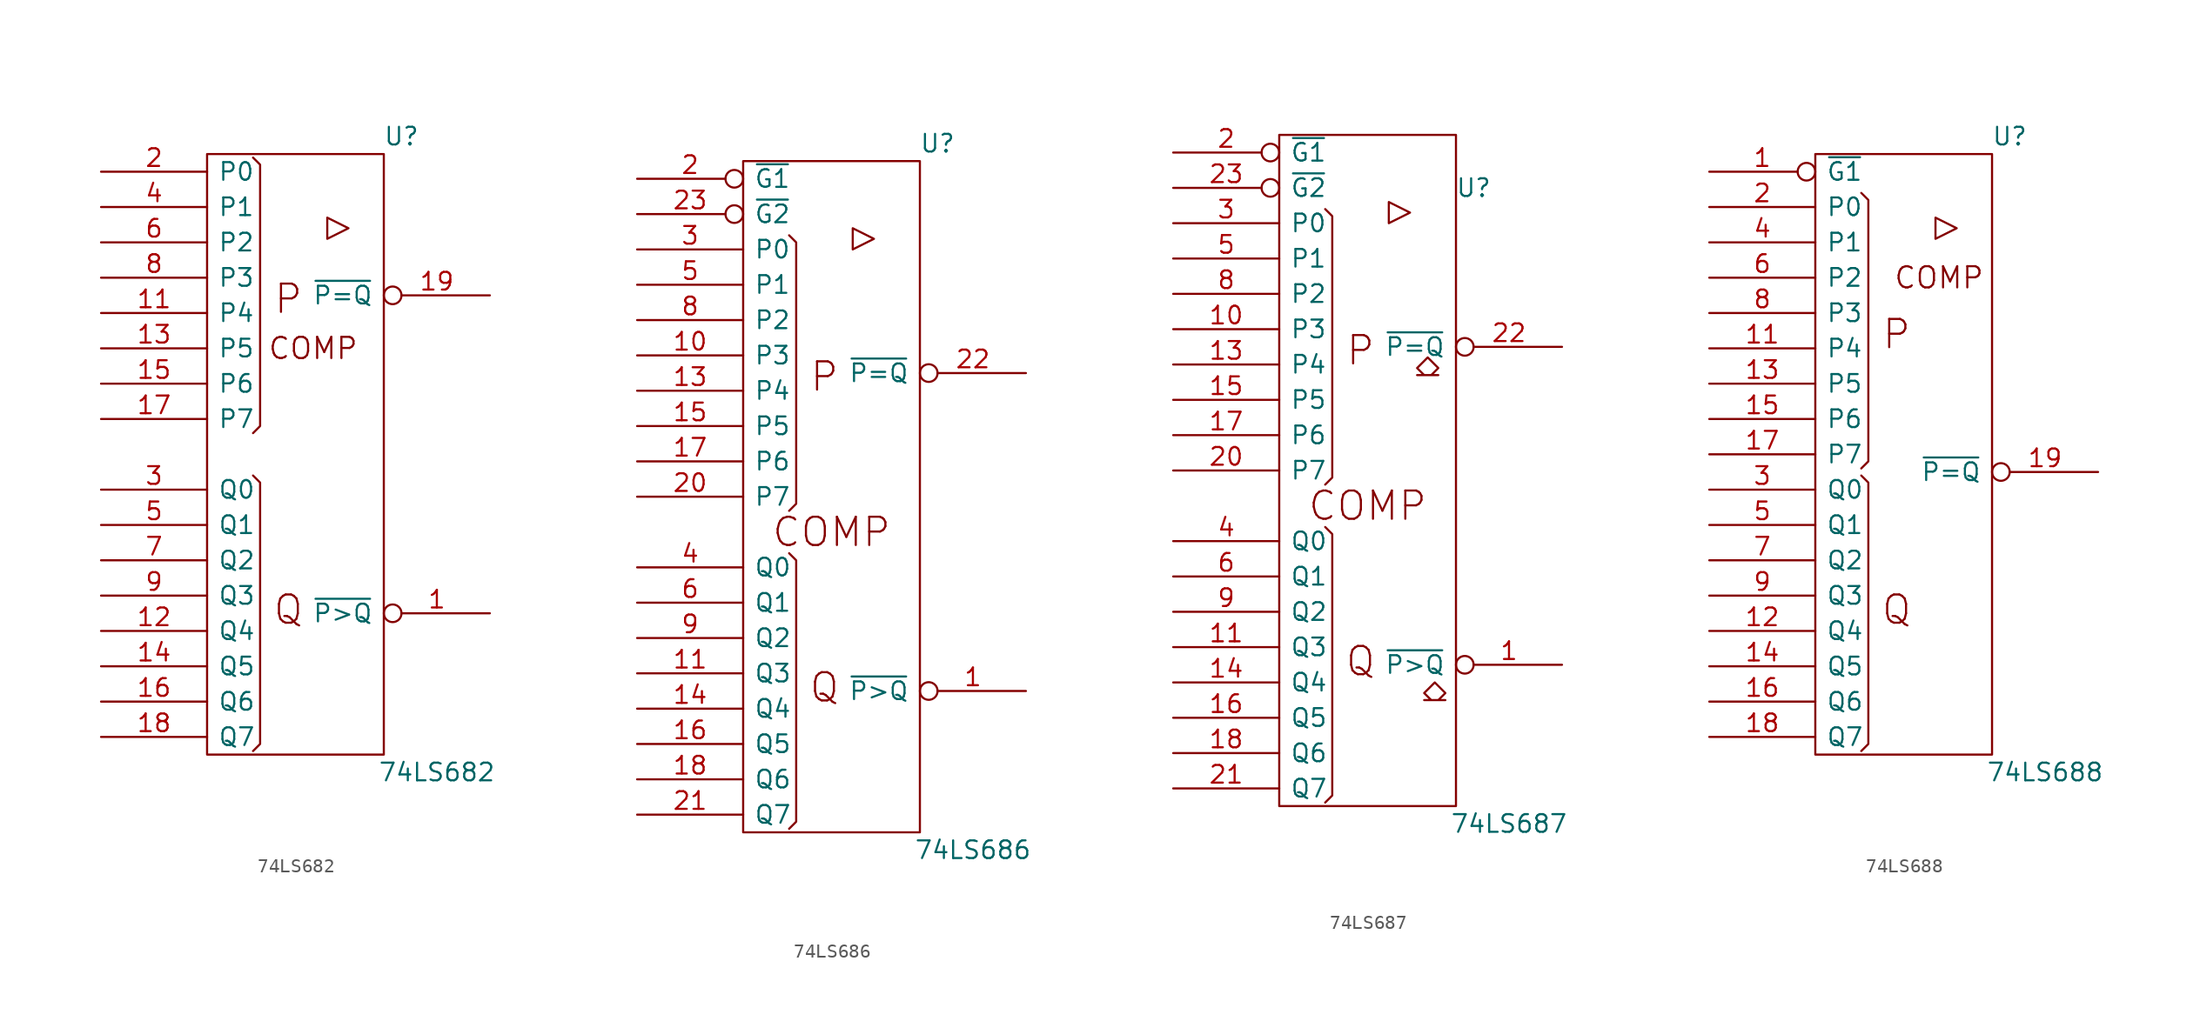
<source format=kicad_sym>
(kicad_symbol_lib
  (version 20231120)
  (generator "kicad_symbol_editor")
  (generator_version "8.0")
  (symbol "74LS682"
    (pin_names
      (offset 0.762))
    (property "Reference" "U"
      (at 7.62 22.86 0)
      (effects (font (size 1.27 1.27))))
    (property "Value" "74LS682"
      (at 10.16 -22.86 0)
      (effects (font (size 1.27 1.27))))
    (symbol "74LS682_0_0"
      (polyline (pts (xy 2.286 17.018) (xy 2.286 15.494) (xy 3.81 16.256) (xy 2.286 17.018) (xy 2.286 17.018)) (stroke (width 0) (type default)) (fill (type none)))
      (text "COMP" (at 1.27 7.62 0) (effects (font (size 1.524 1.524))))
      (text "P" (at -0.508 11.176 0) (effects (font (size 2.032 2.032))))
      (text "Q" (at -0.508 -11.176 0) (effects (font (size 2.032 2.032)))))
    (symbol "74LS682_0_1"
      (rectangle (start -6.35 21.59) (end 6.35 -21.59) (stroke (width 0) (type default)) (fill (type none)))
      (polyline (pts (xy -3.048 -1.524) (xy -2.54 -2.032) (xy -2.54 -20.828) (xy -3.048 -21.336) (xy -3.048 -21.336)) (stroke (width 0) (type default)) (fill (type none)))
      (polyline (pts (xy -3.048 21.336) (xy -2.54 20.828) (xy -2.54 2.032) (xy -3.048 1.524) (xy -3.048 1.524)) (stroke (width 0) (type default)) (fill (type none)))
      (pin power_in line (at 0 -21.59 90) (length 0) hide (name "Gnd" (effects (font (size 1.27 1.27)))) (number "10" (effects (font (size 1.27 1.27))))))
    (symbol "74LS682_1_1"
      (pin output inverted (at 13.97 -11.43 180) (length 7.62) (name "~{P>Q}" (effects (font (size 1.27 1.27)))) (number "1" (effects (font (size 1.27 1.27)))))
      (pin input line (at -13.97 10.16 0) (length 7.62) (name "P4" (effects (font (size 1.27 1.27)))) (number "11" (effects (font (size 1.27 1.27)))))
      (pin input line (at -13.97 -12.7 0) (length 7.62) (name "Q4" (effects (font (size 1.27 1.27)))) (number "12" (effects (font (size 1.27 1.27)))))
      (pin input line (at -13.97 7.62 0) (length 7.62) (name "P5" (effects (font (size 1.27 1.27)))) (number "13" (effects (font (size 1.27 1.27)))))
      (pin input line (at -13.97 -15.24 0) (length 7.62) (name "Q5" (effects (font (size 1.27 1.27)))) (number "14" (effects (font (size 1.27 1.27)))))
      (pin input line (at -13.97 5.08 0) (length 7.62) (name "P6" (effects (font (size 1.27 1.27)))) (number "15" (effects (font (size 1.27 1.27)))))
      (pin input line (at -13.97 -17.78 0) (length 7.62) (name "Q6" (effects (font (size 1.27 1.27)))) (number "16" (effects (font (size 1.27 1.27)))))
      (pin input line (at -13.97 2.54 0) (length 7.62) (name "P7" (effects (font (size 1.27 1.27)))) (number "17" (effects (font (size 1.27 1.27)))))
      (pin input line (at -13.97 -20.32 0) (length 7.62) (name "Q7" (effects (font (size 1.27 1.27)))) (number "18" (effects (font (size 1.27 1.27)))))
      (pin output inverted (at 13.97 11.43 180) (length 7.62) (name "~{P=Q}" (effects (font (size 1.27 1.27)))) (number "19" (effects (font (size 1.27 1.27)))))
      (pin input line (at -13.97 20.32 0) (length 7.62) (name "P0" (effects (font (size 1.27 1.27)))) (number "2" (effects (font (size 1.27 1.27)))))
      (pin power_in line (at 0 21.59 270) (length 0) hide (name "Vcc" (effects (font (size 1.27 1.27)))) (number "20" (effects (font (size 1.27 1.27)))))
      (pin input line (at -13.97 -2.54 0) (length 7.62) (name "Q0" (effects (font (size 1.27 1.27)))) (number "3" (effects (font (size 1.27 1.27)))))
      (pin input line (at -13.97 17.78 0) (length 7.62) (name "P1" (effects (font (size 1.27 1.27)))) (number "4" (effects (font (size 1.27 1.27)))))
      (pin input line (at -13.97 -5.08 0) (length 7.62) (name "Q1" (effects (font (size 1.27 1.27)))) (number "5" (effects (font (size 1.27 1.27)))))
      (pin input line (at -13.97 15.24 0) (length 7.62) (name "P2" (effects (font (size 1.27 1.27)))) (number "6" (effects (font (size 1.27 1.27)))))
      (pin input line (at -13.97 -7.62 0) (length 7.62) (name "Q2" (effects (font (size 1.27 1.27)))) (number "7" (effects (font (size 1.27 1.27)))))
      (pin input line (at -13.97 12.7 0) (length 7.62) (name "P3" (effects (font (size 1.27 1.27)))) (number "8" (effects (font (size 1.27 1.27)))))
      (pin input line (at -13.97 -10.16 0) (length 7.62) (name "Q3" (effects (font (size 1.27 1.27)))) (number "9" (effects (font (size 1.27 1.27)))))))
  (symbol "74LS686"
    (pin_names
      (offset 0.762))
    (property "Reference" "U"
      (at 7.62 27.94 0)
      (effects (font (size 1.27 1.27))))
    (property "Value" "74LS686"
      (at 10.16 -22.86 0)
      (effects (font (size 1.27 1.27))))
    (symbol "74LS686_0_0"
      (rectangle (start -6.35 26.67) (end 6.35 -21.59) (stroke (width 0) (type default)) (fill (type none)))
      (polyline (pts (xy 1.524 21.844) (xy 1.524 20.32) (xy 3.048 21.082) (xy 1.524 21.844) (xy 1.524 21.844)) (stroke (width 0) (type default)) (fill (type none)))
      (text "COMP" (at 0 0 0) (effects (font (size 2.032 2.032))))
      (text "P" (at -0.508 11.176 0) (effects (font (size 2.032 2.032))))
      (text "Q" (at -0.508 -11.176 0) (effects (font (size 2.032 2.032)))))
    (symbol "74LS686_0_1"
      (polyline (pts (xy -3.048 -1.524) (xy -2.54 -2.032) (xy -2.54 -20.828) (xy -3.048 -21.336) (xy -3.048 -21.336)) (stroke (width 0) (type default)) (fill (type none)))
      (polyline (pts (xy -3.048 21.336) (xy -2.54 20.828) (xy -2.54 2.032) (xy -3.048 1.524) (xy -3.048 1.524)) (stroke (width 0) (type default)) (fill (type none))))
    (symbol "74LS686_1_1"
      (pin output inverted (at 13.97 -11.43 180) (length 7.62) (name "~{P>Q}" (effects (font (size 1.27 1.27)))) (number "1" (effects (font (size 1.27 1.27)))))
      (pin input line (at -13.97 12.7 0) (length 7.62) (name "P3" (effects (font (size 1.27 1.27)))) (number "10" (effects (font (size 1.27 1.27)))))
      (pin input line (at -13.97 -10.16 0) (length 7.62) (name "Q3" (effects (font (size 1.27 1.27)))) (number "11" (effects (font (size 1.27 1.27)))))
      (pin power_in line (at 0 -21.59 90) (length 0) hide (name "Gnd" (effects (font (size 1.27 1.27)))) (number "12" (effects (font (size 1.27 1.27)))))
      (pin input line (at -13.97 10.16 0) (length 7.62) (name "P4" (effects (font (size 1.27 1.27)))) (number "13" (effects (font (size 1.27 1.27)))))
      (pin input line (at -13.97 -12.7 0) (length 7.62) (name "Q4" (effects (font (size 1.27 1.27)))) (number "14" (effects (font (size 1.27 1.27)))))
      (pin input line (at -13.97 7.62 0) (length 7.62) (name "P5" (effects (font (size 1.27 1.27)))) (number "15" (effects (font (size 1.27 1.27)))))
      (pin input line (at -13.97 -15.24 0) (length 7.62) (name "Q5" (effects (font (size 1.27 1.27)))) (number "16" (effects (font (size 1.27 1.27)))))
      (pin input line (at -13.97 5.08 0) (length 7.62) (name "P6" (effects (font (size 1.27 1.27)))) (number "17" (effects (font (size 1.27 1.27)))))
      (pin input line (at -13.97 -17.78 0) (length 7.62) (name "Q6" (effects (font (size 1.27 1.27)))) (number "18" (effects (font (size 1.27 1.27)))))
      (pin input inverted (at -13.97 25.4 0) (length 7.62) (name "~{G1}" (effects (font (size 1.27 1.27)))) (number "2" (effects (font (size 1.27 1.27)))))
      (pin input line (at -13.97 2.54 0) (length 7.62) (name "P7" (effects (font (size 1.27 1.27)))) (number "20" (effects (font (size 1.27 1.27)))))
      (pin input line (at -13.97 -20.32 0) (length 7.62) (name "Q7" (effects (font (size 1.27 1.27)))) (number "21" (effects (font (size 1.27 1.27)))))
      (pin output inverted (at 13.97 11.43 180) (length 7.62) (name "~{P=Q}" (effects (font (size 1.27 1.27)))) (number "22" (effects (font (size 1.27 1.27)))))
      (pin input inverted (at -13.97 22.86 0) (length 7.62) (name "~{G2}" (effects (font (size 1.27 1.27)))) (number "23" (effects (font (size 1.27 1.27)))))
      (pin power_in line (at 0 26.67 270) (length 0) hide (name "Vcc" (effects (font (size 1.27 1.27)))) (number "24" (effects (font (size 1.27 1.27)))))
      (pin input line (at -13.97 20.32 0) (length 7.62) (name "P0" (effects (font (size 1.27 1.27)))) (number "3" (effects (font (size 1.27 1.27)))))
      (pin input line (at -13.97 -2.54 0) (length 7.62) (name "Q0" (effects (font (size 1.27 1.27)))) (number "4" (effects (font (size 1.27 1.27)))))
      (pin input line (at -13.97 17.78 0) (length 7.62) (name "P1" (effects (font (size 1.27 1.27)))) (number "5" (effects (font (size 1.27 1.27)))))
      (pin input line (at -13.97 -5.08 0) (length 7.62) (name "Q1" (effects (font (size 1.27 1.27)))) (number "6" (effects (font (size 1.27 1.27)))))
      (pin input line (at -13.97 15.24 0) (length 7.62) (name "P2" (effects (font (size 1.27 1.27)))) (number "8" (effects (font (size 1.27 1.27)))))
      (pin input line (at -13.97 -7.62 0) (length 7.62) (name "Q2" (effects (font (size 1.27 1.27)))) (number "9" (effects (font (size 1.27 1.27)))))))
  (symbol "74LS687"
    (pin_names
      (offset 0.762))
    (property "Reference" "U"
      (at 7.62 22.86 0)
      (effects (font (size 1.27 1.27))))
    (property "Value" "74LS687"
      (at 10.16 -22.86 0)
      (effects (font (size 1.27 1.27))))
    (symbol "74LS687_0_0"
      (rectangle (start -6.35 26.67) (end 6.35 -21.59) (stroke (width 0) (type default)) (fill (type none)))
      (polyline (pts (xy 1.524 21.844) (xy 1.524 20.32) (xy 3.048 21.082) (xy 1.524 21.844) (xy 1.524 21.844)) (stroke (width 0) (type default)) (fill (type none)))
      (polyline (pts (xy 4.318 10.668) (xy 5.08 9.906) (xy 4.572 9.398) (xy 5.08 9.398) (xy 3.556 9.398) (xy 4.064 9.398) (xy 3.556 9.906) (xy 4.318 10.668) (xy 4.318 10.668)) (stroke (width 0) (type default)) (fill (type none)))
      (polyline (pts (xy 4.826 -12.7) (xy 5.588 -13.462) (xy 5.08 -13.97) (xy 5.588 -13.97) (xy 4.064 -13.97) (xy 4.572 -13.97) (xy 4.064 -13.462) (xy 4.826 -12.7) (xy 4.826 -12.7)) (stroke (width 0) (type default)) (fill (type none)))
      (text "COMP" (at 0 0 0) (effects (font (size 2.032 2.032))))
      (text "P" (at -0.508 11.176 0) (effects (font (size 2.032 2.032))))
      (text "Q" (at -0.508 -11.176 0) (effects (font (size 2.032 2.032)))))
    (symbol "74LS687_0_1"
      (polyline (pts (xy -3.048 -1.524) (xy -2.54 -2.032) (xy -2.54 -20.828) (xy -3.048 -21.336) (xy -3.048 -21.336)) (stroke (width 0) (type default)) (fill (type none)))
      (polyline (pts (xy -3.048 21.336) (xy -2.54 20.828) (xy -2.54 2.032) (xy -3.048 1.524) (xy -3.048 1.524)) (stroke (width 0) (type default)) (fill (type none))))
    (symbol "74LS687_1_1"
      (pin output inverted (at 13.97 -11.43 180) (length 7.62) (name "~{P>Q}" (effects (font (size 1.27 1.27)))) (number "1" (effects (font (size 1.27 1.27)))))
      (pin input line (at -13.97 12.7 0) (length 7.62) (name "P3" (effects (font (size 1.27 1.27)))) (number "10" (effects (font (size 1.27 1.27)))))
      (pin input line (at -13.97 -10.16 0) (length 7.62) (name "Q3" (effects (font (size 1.27 1.27)))) (number "11" (effects (font (size 1.27 1.27)))))
      (pin power_in line (at 0 -21.59 90) (length 0) hide (name "Gnd" (effects (font (size 1.27 1.27)))) (number "12" (effects (font (size 1.27 1.27)))))
      (pin input line (at -13.97 10.16 0) (length 7.62) (name "P4" (effects (font (size 1.27 1.27)))) (number "13" (effects (font (size 1.27 1.27)))))
      (pin input line (at -13.97 -12.7 0) (length 7.62) (name "Q4" (effects (font (size 1.27 1.27)))) (number "14" (effects (font (size 1.27 1.27)))))
      (pin input line (at -13.97 7.62 0) (length 7.62) (name "P5" (effects (font (size 1.27 1.27)))) (number "15" (effects (font (size 1.27 1.27)))))
      (pin input line (at -13.97 -15.24 0) (length 7.62) (name "Q5" (effects (font (size 1.27 1.27)))) (number "16" (effects (font (size 1.27 1.27)))))
      (pin input line (at -13.97 5.08 0) (length 7.62) (name "P6" (effects (font (size 1.27 1.27)))) (number "17" (effects (font (size 1.27 1.27)))))
      (pin input line (at -13.97 -17.78 0) (length 7.62) (name "Q6" (effects (font (size 1.27 1.27)))) (number "18" (effects (font (size 1.27 1.27)))))
      (pin input inverted (at -13.97 25.4 0) (length 7.62) (name "~{G1}" (effects (font (size 1.27 1.27)))) (number "2" (effects (font (size 1.27 1.27)))))
      (pin input line (at -13.97 2.54 0) (length 7.62) (name "P7" (effects (font (size 1.27 1.27)))) (number "20" (effects (font (size 1.27 1.27)))))
      (pin input line (at -13.97 -20.32 0) (length 7.62) (name "Q7" (effects (font (size 1.27 1.27)))) (number "21" (effects (font (size 1.27 1.27)))))
      (pin output inverted (at 13.97 11.43 180) (length 7.62) (name "~{P=Q}" (effects (font (size 1.27 1.27)))) (number "22" (effects (font (size 1.27 1.27)))))
      (pin input inverted (at -13.97 22.86 0) (length 7.62) (name "~{G2}" (effects (font (size 1.27 1.27)))) (number "23" (effects (font (size 1.27 1.27)))))
      (pin power_in line (at 0 26.67 270) (length 0) hide (name "Vcc" (effects (font (size 1.27 1.27)))) (number "24" (effects (font (size 1.27 1.27)))))
      (pin input line (at -13.97 20.32 0) (length 7.62) (name "P0" (effects (font (size 1.27 1.27)))) (number "3" (effects (font (size 1.27 1.27)))))
      (pin input line (at -13.97 -2.54 0) (length 7.62) (name "Q0" (effects (font (size 1.27 1.27)))) (number "4" (effects (font (size 1.27 1.27)))))
      (pin input line (at -13.97 17.78 0) (length 7.62) (name "P1" (effects (font (size 1.27 1.27)))) (number "5" (effects (font (size 1.27 1.27)))))
      (pin input line (at -13.97 -5.08 0) (length 7.62) (name "Q1" (effects (font (size 1.27 1.27)))) (number "6" (effects (font (size 1.27 1.27)))))
      (pin input line (at -13.97 15.24 0) (length 7.62) (name "P2" (effects (font (size 1.27 1.27)))) (number "8" (effects (font (size 1.27 1.27)))))
      (pin input line (at -13.97 -7.62 0) (length 7.62) (name "Q2" (effects (font (size 1.27 1.27)))) (number "9" (effects (font (size 1.27 1.27)))))))
  (symbol "74LS688"
    (pin_names
      (offset 0.762))
    (property "Reference" "U"
      (at 7.62 22.86 0)
      (effects (font (size 1.27 1.27))))
    (property "Value" "74LS688"
      (at 10.16 -22.86 0)
      (effects (font (size 1.27 1.27))))
    (symbol "74LS688_0_0"
      (polyline (pts (xy 2.286 17.018) (xy 2.286 15.494) (xy 3.81 16.256) (xy 2.286 17.018) (xy 2.286 17.018)) (stroke (width 0) (type default)) (fill (type none)))
      (text "COMP" (at 2.54 12.7 0) (effects (font (size 1.524 1.524))))
      (text "P" (at -0.508 8.636 0) (effects (font (size 2.032 2.032))))
      (text "Q" (at -0.508 -11.176 0) (effects (font (size 2.032 2.032)))))
    (symbol "74LS688_0_1"
      (rectangle (start -6.35 21.59) (end 6.35 -21.59) (stroke (width 0) (type default)) (fill (type none)))
      (polyline (pts (xy -3.048 -1.524) (xy -2.54 -2.032) (xy -2.54 -20.828) (xy -3.048 -21.336) (xy -3.048 -21.336)) (stroke (width 0) (type default)) (fill (type none)))
      (polyline (pts (xy -3.048 18.796) (xy -2.54 18.288) (xy -2.54 -0.508) (xy -3.048 -1.016) (xy -3.048 -1.016)) (stroke (width 0) (type default)) (fill (type none))))
    (symbol "74LS688_1_1"
      (pin output inverted (at -13.97 20.32 0) (length 7.62) (name "~{G1}" (effects (font (size 1.27 1.27)))) (number "1" (effects (font (size 1.27 1.27)))))
      (pin power_in line (at 0 -21.59 90) (length 0) hide (name "Gnd" (effects (font (size 1.27 1.27)))) (number "10" (effects (font (size 1.27 1.27)))))
      (pin input line (at -13.97 7.62 0) (length 7.62) (name "P4" (effects (font (size 1.27 1.27)))) (number "11" (effects (font (size 1.27 1.27)))))
      (pin input line (at -13.97 -12.7 0) (length 7.62) (name "Q4" (effects (font (size 1.27 1.27)))) (number "12" (effects (font (size 1.27 1.27)))))
      (pin input line (at -13.97 5.08 0) (length 7.62) (name "P5" (effects (font (size 1.27 1.27)))) (number "13" (effects (font (size 1.27 1.27)))))
      (pin input line (at -13.97 -15.24 0) (length 7.62) (name "Q5" (effects (font (size 1.27 1.27)))) (number "14" (effects (font (size 1.27 1.27)))))
      (pin input line (at -13.97 2.54 0) (length 7.62) (name "P6" (effects (font (size 1.27 1.27)))) (number "15" (effects (font (size 1.27 1.27)))))
      (pin input line (at -13.97 -17.78 0) (length 7.62) (name "Q6" (effects (font (size 1.27 1.27)))) (number "16" (effects (font (size 1.27 1.27)))))
      (pin input line (at -13.97 0 0) (length 7.62) (name "P7" (effects (font (size 1.27 1.27)))) (number "17" (effects (font (size 1.27 1.27)))))
      (pin input line (at -13.97 -20.32 0) (length 7.62) (name "Q7" (effects (font (size 1.27 1.27)))) (number "18" (effects (font (size 1.27 1.27)))))
      (pin output inverted (at 13.97 -1.27 180) (length 7.62) (name "~{P=Q}" (effects (font (size 1.27 1.27)))) (number "19" (effects (font (size 1.27 1.27)))))
      (pin input line (at -13.97 17.78 0) (length 7.62) (name "P0" (effects (font (size 1.27 1.27)))) (number "2" (effects (font (size 1.27 1.27)))))
      (pin power_in line (at 0 21.59 270) (length 0) hide (name "Vcc" (effects (font (size 1.27 1.27)))) (number "20" (effects (font (size 1.27 1.27)))))
      (pin input line (at -13.97 -2.54 0) (length 7.62) (name "Q0" (effects (font (size 1.27 1.27)))) (number "3" (effects (font (size 1.27 1.27)))))
      (pin input line (at -13.97 15.24 0) (length 7.62) (name "P1" (effects (font (size 1.27 1.27)))) (number "4" (effects (font (size 1.27 1.27)))))
      (pin input line (at -13.97 -5.08 0) (length 7.62) (name "Q1" (effects (font (size 1.27 1.27)))) (number "5" (effects (font (size 1.27 1.27)))))
      (pin input line (at -13.97 12.7 0) (length 7.62) (name "P2" (effects (font (size 1.27 1.27)))) (number "6" (effects (font (size 1.27 1.27)))))
      (pin input line (at -13.97 -7.62 0) (length 7.62) (name "Q2" (effects (font (size 1.27 1.27)))) (number "7" (effects (font (size 1.27 1.27)))))
      (pin input line (at -13.97 10.16 0) (length 7.62) (name "P3" (effects (font (size 1.27 1.27)))) (number "8" (effects (font (size 1.27 1.27)))))
      (pin input line (at -13.97 -10.16 0) (length 7.62) (name "Q3" (effects (font (size 1.27 1.27)))) (number "9" (effects (font (size 1.27 1.27))))))))
</source>
